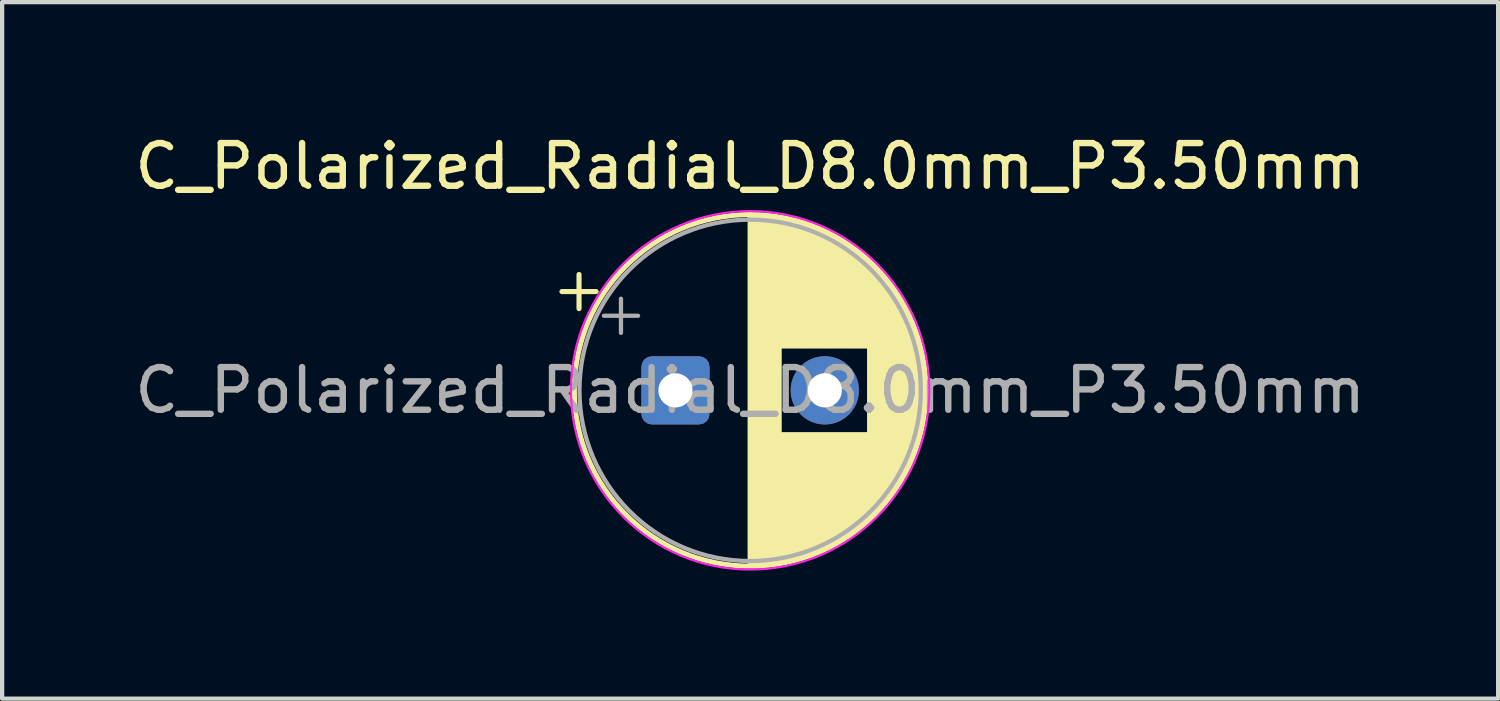
<source format=kicad_pcb>
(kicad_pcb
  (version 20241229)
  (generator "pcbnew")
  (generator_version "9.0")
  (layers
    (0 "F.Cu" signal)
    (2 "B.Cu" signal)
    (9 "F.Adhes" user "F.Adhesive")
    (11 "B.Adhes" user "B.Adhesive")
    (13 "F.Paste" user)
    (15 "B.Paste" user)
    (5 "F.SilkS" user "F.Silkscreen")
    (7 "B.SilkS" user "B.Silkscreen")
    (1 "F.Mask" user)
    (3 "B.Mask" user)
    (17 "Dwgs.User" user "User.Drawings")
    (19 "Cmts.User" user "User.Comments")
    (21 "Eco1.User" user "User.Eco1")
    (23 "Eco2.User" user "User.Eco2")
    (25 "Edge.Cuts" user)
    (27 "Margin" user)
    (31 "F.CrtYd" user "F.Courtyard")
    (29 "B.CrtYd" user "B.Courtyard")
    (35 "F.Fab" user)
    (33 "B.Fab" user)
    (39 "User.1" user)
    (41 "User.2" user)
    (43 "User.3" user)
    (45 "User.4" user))
  (footprint "C_Polarized_Radial_D8.0mm_P3.50mm"
    (layer "F.Cu")
    (at 12.78 6.098)
    (property "Reference" "C_Polarized_Radial_D8.0mm_P3.50mm" (at 1.75 -5.25 0) (layer "F.SilkS") (effects (font (size 1 1) (thickness 0.15))))
    (attr through_hole)
    (fp_line (start -2.66 -2.315) (end -1.86 -2.315) (stroke (width 0.12) (type solid)) (layer "F.SilkS"))
    (fp_line (start -2.26 -2.715) (end -2.26 -1.915) (stroke (width 0.12) (type solid)) (layer "F.SilkS"))
    (fp_line (start 1.75 -4.08) (end 1.75 4.08) (stroke (width 0.12) (type solid)) (layer "F.SilkS"))
    (fp_line (start 1.79 -4.08) (end 1.79 4.08) (stroke (width 0.12) (type solid)) (layer "F.SilkS"))
    (fp_line (start 1.83 -4.079) (end 1.83 4.079) (stroke (width 0.12) (type solid)) (layer "F.SilkS"))
    (fp_line (start 1.87 -4.078) (end 1.87 4.078) (stroke (width 0.12) (type solid)) (layer "F.SilkS"))
    (fp_line (start 1.91 -4.077) (end 1.91 4.077) (stroke (width 0.12) (type solid)) (layer "F.SilkS"))
    (fp_line (start 1.95 -4.075) (end 1.95 4.075) (stroke (width 0.12) (type solid)) (layer "F.SilkS"))
    (fp_line (start 1.99 -4.073) (end 1.99 4.073) (stroke (width 0.12) (type solid)) (layer "F.SilkS"))
    (fp_line (start 2.03 -4.07) (end 2.03 4.07) (stroke (width 0.12) (type solid)) (layer "F.SilkS"))
    (fp_line (start 2.07 -4.068) (end 2.07 4.068) (stroke (width 0.12) (type solid)) (layer "F.SilkS"))
    (fp_line (start 2.11 -4.064) (end 2.11 4.064) (stroke (width 0.12) (type solid)) (layer "F.SilkS"))
    (fp_line (start 2.15 -4.061) (end 2.15 4.061) (stroke (width 0.12) (type solid)) (layer "F.SilkS"))
    (fp_line (start 2.19 -4.056) (end 2.19 4.056) (stroke (width 0.12) (type solid)) (layer "F.SilkS"))
    (fp_line (start 2.23 -4.052) (end 2.23 4.052) (stroke (width 0.12) (type solid)) (layer "F.SilkS"))
    (fp_line (start 2.27 -4.047) (end 2.27 4.047) (stroke (width 0.12) (type solid)) (layer "F.SilkS"))
    (fp_line (start 2.31 -4.042) (end 2.31 4.042) (stroke (width 0.12) (type solid)) (layer "F.SilkS"))
    (fp_line (start 2.35 -4.036) (end 2.35 4.036) (stroke (width 0.12) (type solid)) (layer "F.SilkS"))
    (fp_line (start 2.39 -4.03) (end 2.39 4.03) (stroke (width 0.12) (type solid)) (layer "F.SilkS"))
    (fp_line (start 2.43 -4.023) (end 2.43 4.023) (stroke (width 0.12) (type solid)) (layer "F.SilkS"))
    (fp_line (start 2.47 -4.017) (end 2.47 -1.04) (stroke (width 0.12) (type solid)) (layer "F.SilkS"))
    (fp_line (start 2.47 1.04) (end 2.47 4.017) (stroke (width 0.12) (type solid)) (layer "F.SilkS"))
    (fp_line (start 2.51 -4.009) (end 2.51 -1.04) (stroke (width 0.12) (type solid)) (layer "F.SilkS"))
    (fp_line (start 2.51 1.04) (end 2.51 4.009) (stroke (width 0.12) (type solid)) (layer "F.SilkS"))
    (fp_line (start 2.55 -4.002) (end 2.55 -1.04) (stroke (width 0.12) (type solid)) (layer "F.SilkS"))
    (fp_line (start 2.55 1.04) (end 2.55 4.002) (stroke (width 0.12) (type solid)) (layer "F.SilkS"))
    (fp_line (start 2.59 -3.993) (end 2.59 -1.04) (stroke (width 0.12) (type solid)) (layer "F.SilkS"))
    (fp_line (start 2.59 1.04) (end 2.59 3.993) (stroke (width 0.12) (type solid)) (layer "F.SilkS"))
    (fp_line (start 2.63 -3.985) (end 2.63 -1.04) (stroke (width 0.12) (type solid)) (layer "F.SilkS"))
    (fp_line (start 2.63 1.04) (end 2.63 3.985) (stroke (width 0.12) (type solid)) (layer "F.SilkS"))
    (fp_line (start 2.67 -3.976) (end 2.67 -1.04) (stroke (width 0.12) (type solid)) (layer "F.SilkS"))
    (fp_line (start 2.67 1.04) (end 2.67 3.976) (stroke (width 0.12) (type solid)) (layer "F.SilkS"))
    (fp_line (start 2.71 -3.967) (end 2.71 -1.04) (stroke (width 0.12) (type solid)) (layer "F.SilkS"))
    (fp_line (start 2.71 1.04) (end 2.71 3.967) (stroke (width 0.12) (type solid)) (layer "F.SilkS"))
    (fp_line (start 2.75 -3.957) (end 2.75 -1.04) (stroke (width 0.12) (type solid)) (layer "F.SilkS"))
    (fp_line (start 2.75 1.04) (end 2.75 3.957) (stroke (width 0.12) (type solid)) (layer "F.SilkS"))
    (fp_line (start 2.79 -3.947) (end 2.79 -1.04) (stroke (width 0.12) (type solid)) (layer "F.SilkS"))
    (fp_line (start 2.79 1.04) (end 2.79 3.947) (stroke (width 0.12) (type solid)) (layer "F.SilkS"))
    (fp_line (start 2.83 -3.936) (end 2.83 -1.04) (stroke (width 0.12) (type solid)) (layer "F.SilkS"))
    (fp_line (start 2.83 1.04) (end 2.83 3.936) (stroke (width 0.12) (type solid)) (layer "F.SilkS"))
    (fp_line (start 2.87 -3.925) (end 2.87 -1.04) (stroke (width 0.12) (type solid)) (layer "F.SilkS"))
    (fp_line (start 2.87 1.04) (end 2.87 3.925) (stroke (width 0.12) (type solid)) (layer "F.SilkS"))
    (fp_line (start 2.91 -3.913) (end 2.91 -1.04) (stroke (width 0.12) (type solid)) (layer "F.SilkS"))
    (fp_line (start 2.91 1.04) (end 2.91 3.913) (stroke (width 0.12) (type solid)) (layer "F.SilkS"))
    (fp_line (start 2.95 -3.901) (end 2.95 -1.04) (stroke (width 0.12) (type solid)) (layer "F.SilkS"))
    (fp_line (start 2.95 1.04) (end 2.95 3.901) (stroke (width 0.12) (type solid)) (layer "F.SilkS"))
    (fp_line (start 2.99 -3.889) (end 2.99 -1.04) (stroke (width 0.12) (type solid)) (layer "F.SilkS"))
    (fp_line (start 2.99 1.04) (end 2.99 3.889) (stroke (width 0.12) (type solid)) (layer "F.SilkS"))
    (fp_line (start 3.03 -3.876) (end 3.03 -1.04) (stroke (width 0.12) (type solid)) (layer "F.SilkS"))
    (fp_line (start 3.03 1.04) (end 3.03 3.876) (stroke (width 0.12) (type solid)) (layer "F.SilkS"))
    (fp_line (start 3.07 -3.863) (end 3.07 -1.04) (stroke (width 0.12) (type solid)) (layer "F.SilkS"))
    (fp_line (start 3.07 1.04) (end 3.07 3.863) (stroke (width 0.12) (type solid)) (layer "F.SilkS"))
    (fp_line (start 3.11 -3.849) (end 3.11 -1.04) (stroke (width 0.12) (type solid)) (layer "F.SilkS"))
    (fp_line (start 3.11 1.04) (end 3.11 3.849) (stroke (width 0.12) (type solid)) (layer "F.SilkS"))
    (fp_line (start 3.15 -3.835) (end 3.15 -1.04) (stroke (width 0.12) (type solid)) (layer "F.SilkS"))
    (fp_line (start 3.15 1.04) (end 3.15 3.835) (stroke (width 0.12) (type solid)) (layer "F.SilkS"))
    (fp_line (start 3.19 -3.82) (end 3.19 -1.04) (stroke (width 0.12) (type solid)) (layer "F.SilkS"))
    (fp_line (start 3.19 1.04) (end 3.19 3.82) (stroke (width 0.12) (type solid)) (layer "F.SilkS"))
    (fp_line (start 3.23 -3.805) (end 3.23 -1.04) (stroke (width 0.12) (type solid)) (layer "F.SilkS"))
    (fp_line (start 3.23 1.04) (end 3.23 3.805) (stroke (width 0.12) (type solid)) (layer "F.SilkS"))
    (fp_line (start 3.27 -3.789) (end 3.27 -1.04) (stroke (width 0.12) (type solid)) (layer "F.SilkS"))
    (fp_line (start 3.27 1.04) (end 3.27 3.789) (stroke (width 0.12) (type solid)) (layer "F.SilkS"))
    (fp_line (start 3.31 -3.773) (end 3.31 -1.04) (stroke (width 0.12) (type solid)) (layer "F.SilkS"))
    (fp_line (start 3.31 1.04) (end 3.31 3.773) (stroke (width 0.12) (type solid)) (layer "F.SilkS"))
    (fp_line (start 3.35 -3.757) (end 3.35 -1.04) (stroke (width 0.12) (type solid)) (layer "F.SilkS"))
    (fp_line (start 3.35 1.04) (end 3.35 3.757) (stroke (width 0.12) (type solid)) (layer "F.SilkS"))
    (fp_line (start 3.39 -3.74) (end 3.39 -1.04) (stroke (width 0.12) (type solid)) (layer "F.SilkS"))
    (fp_line (start 3.39 1.04) (end 3.39 3.74) (stroke (width 0.12) (type solid)) (layer "F.SilkS"))
    (fp_line (start 3.43 -3.722) (end 3.43 -1.04) (stroke (width 0.12) (type solid)) (layer "F.SilkS"))
    (fp_line (start 3.43 1.04) (end 3.43 3.722) (stroke (width 0.12) (type solid)) (layer "F.SilkS"))
    (fp_line (start 3.47 -3.704) (end 3.47 -1.04) (stroke (width 0.12) (type solid)) (layer "F.SilkS"))
    (fp_line (start 3.47 1.04) (end 3.47 3.704) (stroke (width 0.12) (type solid)) (layer "F.SilkS"))
    (fp_line (start 3.51 -3.685) (end 3.51 -1.04) (stroke (width 0.12) (type solid)) (layer "F.SilkS"))
    (fp_line (start 3.51 1.04) (end 3.51 3.685) (stroke (width 0.12) (type solid)) (layer "F.SilkS"))
    (fp_line (start 3.55 -3.666) (end 3.55 -1.04) (stroke (width 0.12) (type solid)) (layer "F.SilkS"))
    (fp_line (start 3.55 1.04) (end 3.55 3.666) (stroke (width 0.12) (type solid)) (layer "F.SilkS"))
    (fp_line (start 3.59 -3.646) (end 3.59 -1.04) (stroke (width 0.12) (type solid)) (layer "F.SilkS"))
    (fp_line (start 3.59 1.04) (end 3.59 3.646) (stroke (width 0.12) (type solid)) (layer "F.SilkS"))
    (fp_line (start 3.63 -3.626) (end 3.63 -1.04) (stroke (width 0.12) (type solid)) (layer "F.SilkS"))
    (fp_line (start 3.63 1.04) (end 3.63 3.626) (stroke (width 0.12) (type solid)) (layer "F.SilkS"))
    (fp_line (start 3.67 -3.605) (end 3.67 -1.04) (stroke (width 0.12) (type solid)) (layer "F.SilkS"))
    (fp_line (start 3.67 1.04) (end 3.67 3.605) (stroke (width 0.12) (type solid)) (layer "F.SilkS"))
    (fp_line (start 3.71 -3.584) (end 3.71 -1.04) (stroke (width 0.12) (type solid)) (layer "F.SilkS"))
    (fp_line (start 3.71 1.04) (end 3.71 3.584) (stroke (width 0.12) (type solid)) (layer "F.SilkS"))
    (fp_line (start 3.75 -3.562) (end 3.75 -1.04) (stroke (width 0.12) (type solid)) (layer "F.SilkS"))
    (fp_line (start 3.75 1.04) (end 3.75 3.562) (stroke (width 0.12) (type solid)) (layer "F.SilkS"))
    (fp_line (start 3.79 -3.539) (end 3.79 -1.04) (stroke (width 0.12) (type solid)) (layer "F.SilkS"))
    (fp_line (start 3.79 1.04) (end 3.79 3.539) (stroke (width 0.12) (type solid)) (layer "F.SilkS"))
    (fp_line (start 3.83 -3.516) (end 3.83 -1.04) (stroke (width 0.12) (type solid)) (layer "F.SilkS"))
    (fp_line (start 3.83 1.04) (end 3.83 3.516) (stroke (width 0.12) (type solid)) (layer "F.SilkS"))
    (fp_line (start 3.87 -3.493) (end 3.87 -1.04) (stroke (width 0.12) (type solid)) (layer "F.SilkS"))
    (fp_line (start 3.87 1.04) (end 3.87 3.493) (stroke (width 0.12) (type solid)) (layer "F.SilkS"))
    (fp_line (start 3.91 -3.468) (end 3.91 -1.04) (stroke (width 0.12) (type solid)) (layer "F.SilkS"))
    (fp_line (start 3.91 1.04) (end 3.91 3.468) (stroke (width 0.12) (type solid)) (layer "F.SilkS"))
    (fp_line (start 3.95 -3.443) (end 3.95 -1.04) (stroke (width 0.12) (type solid)) (layer "F.SilkS"))
    (fp_line (start 3.95 1.04) (end 3.95 3.443) (stroke (width 0.12) (type solid)) (layer "F.SilkS"))
    (fp_line (start 3.99 -3.418) (end 3.99 -1.04) (stroke (width 0.12) (type solid)) (layer "F.SilkS"))
    (fp_line (start 3.99 1.04) (end 3.99 3.418) (stroke (width 0.12) (type solid)) (layer "F.SilkS"))
    (fp_line (start 4.03 -3.392) (end 4.03 -1.04) (stroke (width 0.12) (type solid)) (layer "F.SilkS"))
    (fp_line (start 4.03 1.04) (end 4.03 3.392) (stroke (width 0.12) (type solid)) (layer "F.SilkS"))
    (fp_line (start 4.07 -3.365) (end 4.07 -1.04) (stroke (width 0.12) (type solid)) (layer "F.SilkS"))
    (fp_line (start 4.07 1.04) (end 4.07 3.365) (stroke (width 0.12) (type solid)) (layer "F.SilkS"))
    (fp_line (start 4.11 -3.337) (end 4.11 -1.04) (stroke (width 0.12) (type solid)) (layer "F.SilkS"))
    (fp_line (start 4.11 1.04) (end 4.11 3.337) (stroke (width 0.12) (type solid)) (layer "F.SilkS"))
    (fp_line (start 4.15 -3.309) (end 4.15 -1.04) (stroke (width 0.12) (type solid)) (layer "F.SilkS"))
    (fp_line (start 4.15 1.04) (end 4.15 3.309) (stroke (width 0.12) (type solid)) (layer "F.SilkS"))
    (fp_line (start 4.19 -3.28) (end 4.19 -1.04) (stroke (width 0.12) (type solid)) (layer "F.SilkS"))
    (fp_line (start 4.19 1.04) (end 4.19 3.28) (stroke (width 0.12) (type solid)) (layer "F.SilkS"))
    (fp_line (start 4.23 -3.25) (end 4.23 -1.04) (stroke (width 0.12) (type solid)) (layer "F.SilkS"))
    (fp_line (start 4.23 1.04) (end 4.23 3.25) (stroke (width 0.12) (type solid)) (layer "F.SilkS"))
    (fp_line (start 4.27 -3.219) (end 4.27 -1.04) (stroke (width 0.12) (type solid)) (layer "F.SilkS"))
    (fp_line (start 4.27 1.04) (end 4.27 3.219) (stroke (width 0.12) (type solid)) (layer "F.SilkS"))
    (fp_line (start 4.31 -3.188) (end 4.31 -1.04) (stroke (width 0.12) (type solid)) (layer "F.SilkS"))
    (fp_line (start 4.31 1.04) (end 4.31 3.188) (stroke (width 0.12) (type solid)) (layer "F.SilkS"))
    (fp_line (start 4.35 -3.156) (end 4.35 -1.04) (stroke (width 0.12) (type solid)) (layer "F.SilkS"))
    (fp_line (start 4.35 1.04) (end 4.35 3.156) (stroke (width 0.12) (type solid)) (layer "F.SilkS"))
    (fp_line (start 4.39 -3.123) (end 4.39 -1.04) (stroke (width 0.12) (type solid)) (layer "F.SilkS"))
    (fp_line (start 4.39 1.04) (end 4.39 3.123) (stroke (width 0.12) (type solid)) (layer "F.SilkS"))
    (fp_line (start 4.43 -3.089) (end 4.43 -1.04) (stroke (width 0.12) (type solid)) (layer "F.SilkS"))
    (fp_line (start 4.43 1.04) (end 4.43 3.089) (stroke (width 0.12) (type solid)) (layer "F.SilkS"))
    (fp_line (start 4.47 -3.055) (end 4.47 -1.04) (stroke (width 0.12) (type solid)) (layer "F.SilkS"))
    (fp_line (start 4.47 1.04) (end 4.47 3.055) (stroke (width 0.12) (type solid)) (layer "F.SilkS"))
    (fp_line (start 4.51 -3.019) (end 4.51 -1.04) (stroke (width 0.12) (type solid)) (layer "F.SilkS"))
    (fp_line (start 4.51 1.04) (end 4.51 3.019) (stroke (width 0.12) (type solid)) (layer "F.SilkS"))
    (fp_line (start 4.55 -2.982) (end 4.55 2.982) (stroke (width 0.12) (type solid)) (layer "F.SilkS"))
    (fp_line (start 4.59 -2.945) (end 4.59 2.945) (stroke (width 0.12) (type solid)) (layer "F.SilkS"))
    (fp_line (start 4.63 -2.906) (end 4.63 2.906) (stroke (width 0.12) (type solid)) (layer "F.SilkS"))
    (fp_line (start 4.67 -2.867) (end 4.67 2.867) (stroke (width 0.12) (type solid)) (layer "F.SilkS"))
    (fp_line (start 4.71 -2.826) (end 4.71 2.826) (stroke (width 0.12) (type solid)) (layer "F.SilkS"))
    (fp_line (start 4.75 -2.784) (end 4.75 2.784) (stroke (width 0.12) (type solid)) (layer "F.SilkS"))
    (fp_line (start 4.79 -2.741) (end 4.79 2.741) (stroke (width 0.12) (type solid)) (layer "F.SilkS"))
    (fp_line (start 4.83 -2.696) (end 4.83 2.696) (stroke (width 0.12) (type solid)) (layer "F.SilkS"))
    (fp_line (start 4.87 -2.651) (end 4.87 2.651) (stroke (width 0.12) (type solid)) (layer "F.SilkS"))
    (fp_line (start 4.91 -2.604) (end 4.91 2.604) (stroke (width 0.12) (type solid)) (layer "F.SilkS"))
    (fp_line (start 4.95 -2.555) (end 4.95 2.555) (stroke (width 0.12) (type solid)) (layer "F.SilkS"))
    (fp_line (start 4.99 -2.505) (end 4.99 2.505) (stroke (width 0.12) (type solid)) (layer "F.SilkS"))
    (fp_line (start 5.03 -2.453) (end 5.03 2.453) (stroke (width 0.12) (type solid)) (layer "F.SilkS"))
    (fp_line (start 5.07 -2.4) (end 5.07 2.4) (stroke (width 0.12) (type solid)) (layer "F.SilkS"))
    (fp_line (start 5.11 -2.344) (end 5.11 2.344) (stroke (width 0.12) (type solid)) (layer "F.SilkS"))
    (fp_line (start 5.15 -2.287) (end 5.15 2.287) (stroke (width 0.12) (type solid)) (layer "F.SilkS"))
    (fp_line (start 5.19 -2.227) (end 5.19 2.227) (stroke (width 0.12) (type solid)) (layer "F.SilkS"))
    (fp_line (start 5.23 -2.165) (end 5.23 2.165) (stroke (width 0.12) (type solid)) (layer "F.SilkS"))
    (fp_line (start 5.27 -2.101) (end 5.27 2.101) (stroke (width 0.12) (type solid)) (layer "F.SilkS"))
    (fp_line (start 5.31 -2.034) (end 5.31 2.034) (stroke (width 0.12) (type solid)) (layer "F.SilkS"))
    (fp_line (start 5.35 -1.964) (end 5.35 1.964) (stroke (width 0.12) (type solid)) (layer "F.SilkS"))
    (fp_line (start 5.39 -1.89) (end 5.39 1.89) (stroke (width 0.12) (type solid)) (layer "F.SilkS"))
    (fp_line (start 5.43 -1.813) (end 5.43 1.813) (stroke (width 0.12) (type solid)) (layer "F.SilkS"))
    (fp_line (start 5.47 -1.731) (end 5.47 1.731) (stroke (width 0.12) (type solid)) (layer "F.SilkS"))
    (fp_line (start 5.51 -1.644) (end 5.51 1.644) (stroke (width 0.12) (type solid)) (layer "F.SilkS"))
    (fp_line (start 5.55 -1.552) (end 5.55 1.552) (stroke (width 0.12) (type solid)) (layer "F.SilkS"))
    (fp_line (start 5.59 -1.453) (end 5.59 1.453) (stroke (width 0.12) (type solid)) (layer "F.SilkS"))
    (fp_line (start 5.63 -1.346) (end 5.63 1.346) (stroke (width 0.12) (type solid)) (layer "F.SilkS"))
    (fp_line (start 5.67 -1.228) (end 5.67 1.228) (stroke (width 0.12) (type solid)) (layer "F.SilkS"))
    (fp_line (start 5.71 -1.097) (end 5.71 1.097) (stroke (width 0.12) (type solid)) (layer "F.SilkS"))
    (fp_line (start 5.75 -0.947) (end 5.75 0.947) (stroke (width 0.12) (type solid)) (layer "F.SilkS"))
    (fp_line (start 5.79 -0.768) (end 5.79 0.768) (stroke (width 0.12) (type solid)) (layer "F.SilkS"))
    (fp_line (start 5.83 -0.533) (end 5.83 0.533) (stroke (width 0.12) (type solid)) (layer "F.SilkS"))
    (fp_circle (center 1.75 0) (end 5.87 0) (stroke (width 0.12) (type solid)) (fill no) (layer "F.SilkS"))
    (fp_circle (center 1.75 0) (end 5.95 0) (stroke (width 0.05) (type solid)) (fill no) (layer "F.CrtYd"))
    (fp_line (start -1.677 -1.748) (end -0.877 -1.748) (stroke (width 0.1) (type solid)) (layer "F.Fab"))
    (fp_line (start -1.277 -2.147) (end -1.277 -1.347) (stroke (width 0.1) (type solid)) (layer "F.Fab"))
    (fp_circle (center 1.75 0) (end 5.75 0) (stroke (width 0.1) (type solid)) (fill no) (layer "F.Fab"))
    (fp_text user "${REFERENCE}" (at 1.75 0 0) (layer "F.Fab") (effects (font (size 1 1) (thickness 0.15))))
    (pad "1" thru_hole roundrect (at 0 0) (size 1.6 1.6) (drill 0.8) (layers "*.Cu" "*.Mask") (roundrect_rratio 0.156))
    (pad "2" thru_hole circle (at 3.5 0) (size 1.6 1.6) (drill 0.8) (layers "*.Cu" "*.Mask")))
  (gr_rect
    (start -3 -3)
    (end 32.06 13.323)
    (stroke (width 0.1) (type default))
    (fill no)
    (layer "Edge.Cuts")))
</source>
